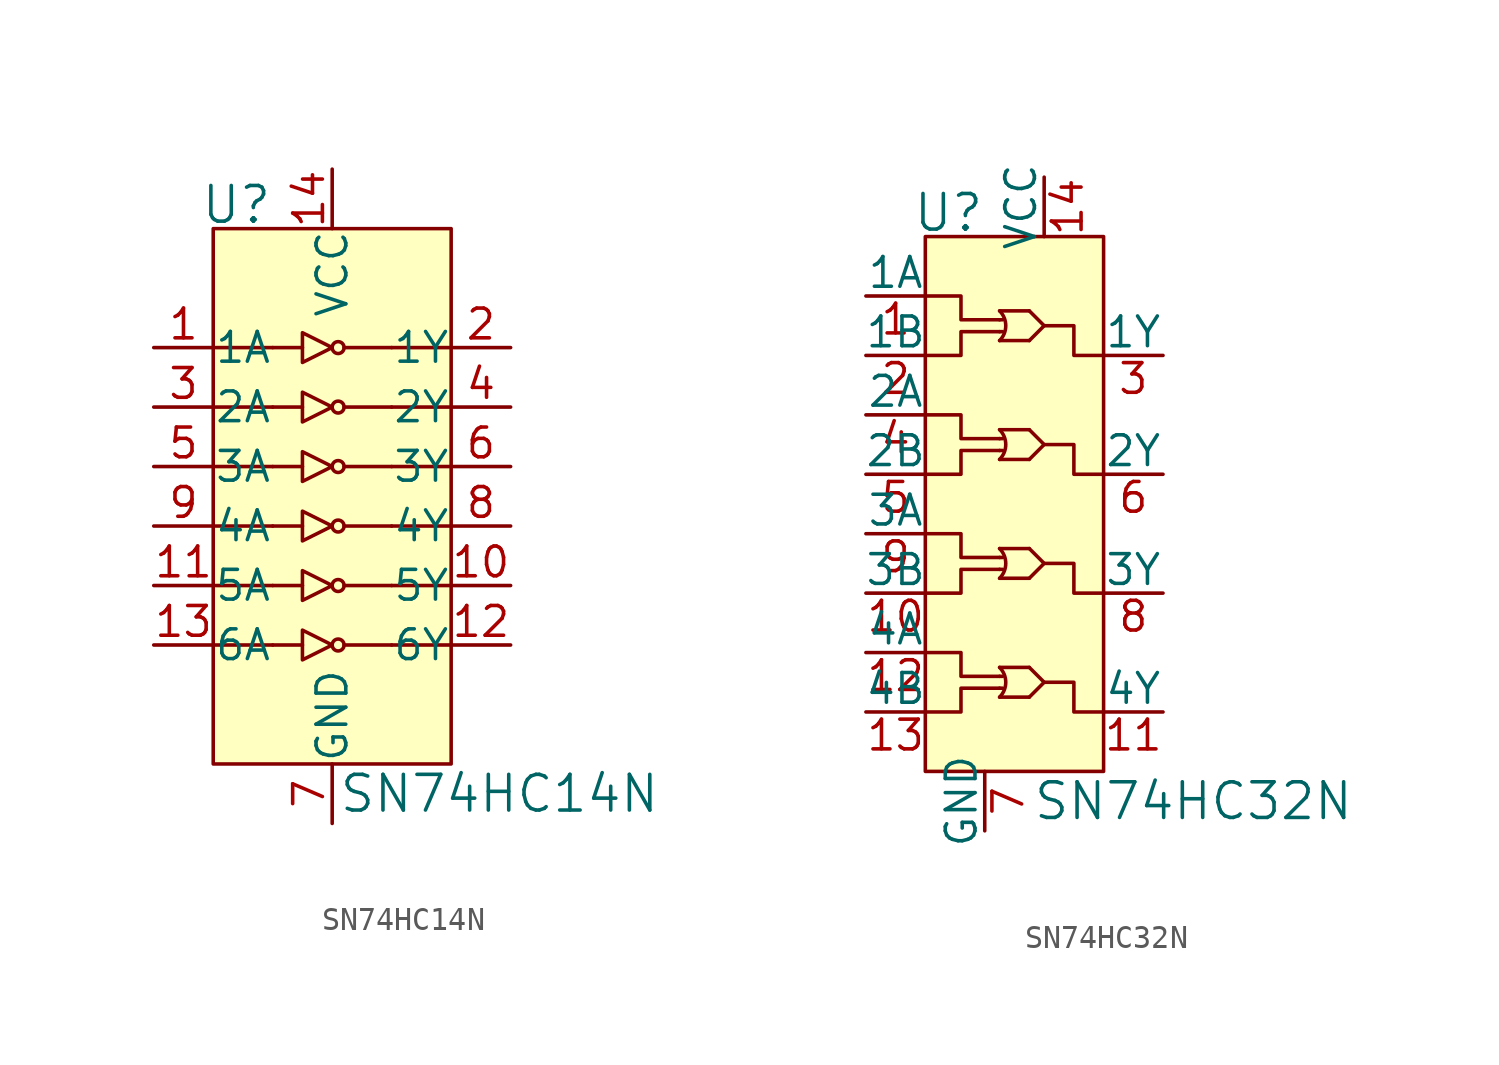
<source format=kicad_sym>
(kicad_symbol_lib
  (version 20201005)
  (generator kicad_symbol_editor)
  (symbol "SN74HC14N"
    (pin_names
      (offset 0.025))
    (property "Reference" "U"
      (at -2.54 13.716 0)
      (effects (font (size 1.524 1.524)) (justify right)))
    (property "Value" "SN74HC14N"
      (at 0.254 -11.43 0)
      (effects (font (size 1.524 1.524)) (justify left)))
    (symbol "SN74HC14N_0_1"
      (circle (center 0.254 -5.08) (radius 0.254) (stroke (width 0)) (fill (type none)))
      (circle (center 0.254 -2.54) (radius 0.254) (stroke (width 0)) (fill (type none)))
      (circle (center 0.254 0) (radius 0.254) (stroke (width 0)) (fill (type none)))
      (circle (center 0.254 2.54) (radius 0.254) (stroke (width 0)) (fill (type none)))
      (circle (center 0.254 5.08) (radius 0.254) (stroke (width 0)) (fill (type none)))
      (circle (center 0.254 7.62) (radius 0.254) (stroke (width 0)) (fill (type none)))
      (rectangle (start -5.08 12.7) (end 5.08 -10.16) (stroke (width 0)) (fill (type background)))
      (polyline (pts (xy -2.54 -5.08) (xy -5.08 -5.08)) (stroke (width 0)) (fill (type none)))
      (polyline (pts (xy -2.54 -2.54) (xy -5.08 -2.54)) (stroke (width 0)) (fill (type none)))
      (polyline (pts (xy -2.54 -2.54) (xy -1.27 -2.54)) (stroke (width 0)) (fill (type none)))
      (polyline (pts (xy -2.54 0) (xy -5.08 0)) (stroke (width 0)) (fill (type none)))
      (polyline (pts (xy -2.54 2.54) (xy -5.08 2.54)) (stroke (width 0)) (fill (type none)))
      (polyline (pts (xy -2.54 2.54) (xy -1.27 2.54)) (stroke (width 0)) (fill (type none)))
      (polyline (pts (xy -2.54 5.08) (xy -5.08 5.08)) (stroke (width 0)) (fill (type none)))
      (polyline (pts (xy -2.54 7.62) (xy -5.08 7.62)) (stroke (width 0)) (fill (type none)))
      (polyline (pts (xy -1.27 -5.08) (xy -2.54 -5.08)) (stroke (width 0)) (fill (type none)))
      (polyline (pts (xy -1.27 0) (xy -2.54 0)) (stroke (width 0)) (fill (type none)))
      (polyline (pts (xy -1.27 5.08) (xy -2.54 5.08)) (stroke (width 0)) (fill (type none)))
      (polyline (pts (xy -1.27 7.62) (xy -2.54 7.62)) (stroke (width 0)) (fill (type none)))
      (polyline (pts (xy 0.508 -5.08) (xy 2.54 -5.08)) (stroke (width 0)) (fill (type none)))
      (polyline (pts (xy 0.508 0) (xy 2.54 0)) (stroke (width 0)) (fill (type none)))
      (polyline (pts (xy 0.508 2.54) (xy 2.54 2.54)) (stroke (width 0)) (fill (type none)))
      (polyline (pts (xy 0.508 5.08) (xy 2.54 5.08)) (stroke (width 0)) (fill (type none)))
      (polyline (pts (xy 2.54 -2.54) (xy 0.508 -2.54)) (stroke (width 0)) (fill (type none)))
      (polyline (pts (xy 2.54 7.62) (xy 0.508 7.62)) (stroke (width 0)) (fill (type none)))
      (polyline (pts (xy 5.08 -5.08) (xy 2.54 -5.08)) (stroke (width 0)) (fill (type none)))
      (polyline (pts (xy 5.08 -2.54) (xy 2.54 -2.54)) (stroke (width 0)) (fill (type none)))
      (polyline (pts (xy 5.08 0) (xy 2.54 0)) (stroke (width 0)) (fill (type none)))
      (polyline (pts (xy 5.08 2.54) (xy 2.54 2.54)) (stroke (width 0)) (fill (type none)))
      (polyline (pts (xy 5.08 5.08) (xy 2.54 5.08)) (stroke (width 0)) (fill (type none)))
      (polyline (pts (xy 5.08 7.62) (xy 2.54 7.62)) (stroke (width 0)) (fill (type none)))
      (polyline (pts (xy -1.27 -4.445) (xy -1.27 -5.715) (xy 0 -5.08) (xy -1.27 -4.445)) (stroke (width 0)) (fill (type none)))
      (polyline (pts (xy -1.27 -1.905) (xy -1.27 -3.175) (xy 0 -2.54) (xy -1.27 -1.905)) (stroke (width 0)) (fill (type none)))
      (polyline (pts (xy -1.27 0.635) (xy -1.27 -0.635) (xy 0 0) (xy -1.27 0.635)) (stroke (width 0)) (fill (type none)))
      (polyline (pts (xy -1.27 3.175) (xy -1.27 1.905) (xy 0 2.54) (xy -1.27 3.175)) (stroke (width 0)) (fill (type none)))
      (polyline (pts (xy -1.27 5.715) (xy -1.27 4.445) (xy 0 5.08) (xy -1.27 5.715)) (stroke (width 0)) (fill (type none)))
      (polyline (pts (xy -1.27 8.255) (xy -1.27 6.985) (xy 0 7.62) (xy -1.27 8.255)) (stroke (width 0)) (fill (type none))))
    (symbol "SN74HC14N_1_1"
      (pin input line (at -7.62 7.62 0) (length 2.54) (name "1A" (effects (font (size 1.27 1.27)))) (number "1" (effects (font (size 1.27 1.27)))))
      (pin output line (at 7.62 7.62 180) (length 2.54) (name "1Y" (effects (font (size 1.27 1.27)))) (number "2" (effects (font (size 1.27 1.27)))))
      (pin input line (at -7.62 5.08 0) (length 2.54) (name "2A" (effects (font (size 1.27 1.27)))) (number "3" (effects (font (size 1.27 1.27)))))
      (pin output line (at 7.62 5.08 180) (length 2.54) (name "2Y" (effects (font (size 1.27 1.27)))) (number "4" (effects (font (size 1.27 1.27)))))
      (pin input line (at -7.62 2.54 0) (length 2.54) (name "3A" (effects (font (size 1.27 1.27)))) (number "5" (effects (font (size 1.27 1.27)))))
      (pin output line (at 7.62 2.54 180) (length 2.54) (name "3Y" (effects (font (size 1.27 1.27)))) (number "6" (effects (font (size 1.27 1.27)))))
      (pin power_in line (at 0 -12.7 90) (length 2.54) (name "GND" (effects (font (size 1.27 1.27)))) (number "7" (effects (font (size 1.27 1.27)))))
      (pin output line (at 7.62 0 180) (length 2.54) (name "4Y" (effects (font (size 1.27 1.27)))) (number "8" (effects (font (size 1.27 1.27)))))
      (pin input line (at -7.62 0 0) (length 2.54) (name "4A" (effects (font (size 1.27 1.27)))) (number "9" (effects (font (size 1.27 1.27)))))
      (pin output line (at 7.62 -2.54 180) (length 2.54) (name "5Y" (effects (font (size 1.27 1.27)))) (number "10" (effects (font (size 1.27 1.27)))))
      (pin input line (at -7.62 -2.54 0) (length 2.54) (name "5A" (effects (font (size 1.27 1.27)))) (number "11" (effects (font (size 1.27 1.27)))))
      (pin output line (at 7.62 -5.08 180) (length 2.54) (name "6Y" (effects (font (size 1.27 1.27)))) (number "12" (effects (font (size 1.27 1.27)))))
      (pin input line (at -7.62 -5.08 0) (length 2.54) (name "6A" (effects (font (size 1.27 1.27)))) (number "13" (effects (font (size 1.27 1.27)))))
      (pin power_in line (at 0 15.24 270) (length 2.54) (name "VCC" (effects (font (size 1.27 1.27)))) (number "14" (effects (font (size 1.27 1.27)))))))
  (symbol "SN74HC32N"
    (pin_names
      (offset 0))
    (property "Reference" "U"
      (at -2.54 6.096 0)
      (effects (font (size 1.524 1.524)) (justify right)))
    (property "Value" "SN74HC32N"
      (at -0.508 -19.05 0)
      (effects (font (size 1.524 1.524)) (justify left)))
    (symbol "SN74HC32N_0_1"
      (arc (start -1.905 -13.335) (end -1.905 -14.605) (radius (at -2.54 -13.97) (length 0.889) (angles 45 -45)) (stroke (width 0)) (fill (type none)))
      (arc (start -1.905 -8.255) (end -1.905 -9.525) (radius (at -2.54 -8.89) (length 0.889) (angles 45 -45)) (stroke (width 0)) (fill (type none)))
      (arc (start -1.905 -3.175) (end -1.905 -4.445) (radius (at -2.54 -3.81) (length 0.889) (angles 45 -45)) (stroke (width 0)) (fill (type none)))
      (arc (start -1.905 1.905) (end -1.905 0.635) (radius (at -2.54 1.27) (length 0.889) (angles 45 -45)) (stroke (width 0)) (fill (type none)))
      (rectangle (start -5.08 5.08) (end 2.54 -17.78) (stroke (width 0)) (fill (type background)))
      (polyline (pts (xy -1.905 -14.224) (xy -1.778 -14.224)) (stroke (width 0)) (fill (type none)))
      (polyline (pts (xy -1.905 -13.716) (xy -1.778 -13.716)) (stroke (width 0)) (fill (type none)))
      (polyline (pts (xy -1.905 -9.144) (xy -1.778 -9.144)) (stroke (width 0)) (fill (type none)))
      (polyline (pts (xy -1.905 -8.636) (xy -1.778 -8.636)) (stroke (width 0)) (fill (type none)))
      (polyline (pts (xy -1.905 -4.064) (xy -1.778 -4.064)) (stroke (width 0)) (fill (type none)))
      (polyline (pts (xy -1.905 -3.556) (xy -1.778 -3.556)) (stroke (width 0)) (fill (type none)))
      (polyline (pts (xy -1.905 1.016) (xy -1.778 1.016)) (stroke (width 0)) (fill (type none)))
      (polyline (pts (xy -1.905 1.524) (xy -1.778 1.524)) (stroke (width 0)) (fill (type none)))
      (polyline (pts (xy -0.635 -14.605) (xy -1.905 -14.605)) (stroke (width 0)) (fill (type none)))
      (polyline (pts (xy -0.635 -13.335) (xy -1.905 -13.335)) (stroke (width 0)) (fill (type none)))
      (polyline (pts (xy -0.635 -9.525) (xy -1.905 -9.525)) (stroke (width 0)) (fill (type none)))
      (polyline (pts (xy -0.635 -8.255) (xy -1.905 -8.255)) (stroke (width 0)) (fill (type none)))
      (polyline (pts (xy -0.635 -4.445) (xy -1.905 -4.445)) (stroke (width 0)) (fill (type none)))
      (polyline (pts (xy -0.635 -3.175) (xy -1.905 -3.175)) (stroke (width 0)) (fill (type none)))
      (polyline (pts (xy -0.635 0.635) (xy -1.905 0.635)) (stroke (width 0)) (fill (type none)))
      (polyline (pts (xy -0.635 1.905) (xy -1.905 1.905)) (stroke (width 0)) (fill (type none)))
      (polyline (pts (xy -0.635 -13.335) (xy 0 -13.97) (xy -0.635 -14.605)) (stroke (width 0)) (fill (type none)))
      (polyline (pts (xy -0.635 -8.255) (xy 0 -8.89) (xy -0.635 -9.525)) (stroke (width 0)) (fill (type none)))
      (polyline (pts (xy -0.635 -3.175) (xy 0 -3.81) (xy -0.635 -4.445)) (stroke (width 0)) (fill (type none)))
      (polyline (pts (xy -0.635 1.905) (xy 0 1.27) (xy -0.635 0.635)) (stroke (width 0)) (fill (type none)))
      (polyline (pts (xy -5.08 -15.24) (xy -3.556 -15.24) (xy -3.556 -14.224) (xy -1.905 -14.224)) (stroke (width 0)) (fill (type none)))
      (polyline (pts (xy -5.08 -10.16) (xy -3.556 -10.16) (xy -3.556 -9.144) (xy -1.905 -9.144)) (stroke (width 0)) (fill (type none)))
      (polyline (pts (xy -5.08 -5.08) (xy -3.556 -5.08) (xy -3.556 -4.064) (xy -1.905 -4.064)) (stroke (width 0)) (fill (type none)))
      (polyline (pts (xy -5.08 0) (xy -3.556 0) (xy -3.556 1.016) (xy -1.905 1.016)) (stroke (width 0)) (fill (type none)))
      (polyline (pts (xy -1.905 -13.716) (xy -3.556 -13.716) (xy -3.556 -12.7) (xy -5.08 -12.7)) (stroke (width 0)) (fill (type none)))
      (polyline (pts (xy -1.905 -8.636) (xy -3.556 -8.636) (xy -3.556 -7.62) (xy -5.08 -7.62)) (stroke (width 0)) (fill (type none)))
      (polyline (pts (xy -1.905 -3.556) (xy -3.556 -3.556) (xy -3.556 -2.54) (xy -5.08 -2.54)) (stroke (width 0)) (fill (type none)))
      (polyline (pts (xy -1.905 1.524) (xy -3.556 1.524) (xy -3.556 2.54) (xy -5.08 2.54)) (stroke (width 0)) (fill (type none)))
      (polyline (pts (xy 2.54 -15.24) (xy 1.27 -15.24) (xy 1.27 -13.97) (xy 0 -13.97)) (stroke (width 0)) (fill (type none)))
      (polyline (pts (xy 2.54 -10.16) (xy 1.27 -10.16) (xy 1.27 -8.89) (xy 0 -8.89)) (stroke (width 0)) (fill (type none)))
      (polyline (pts (xy 2.54 -5.08) (xy 1.27 -5.08) (xy 1.27 -3.81) (xy 0 -3.81)) (stroke (width 0)) (fill (type none)))
      (polyline (pts (xy 2.54 0) (xy 1.27 0) (xy 1.27 1.27) (xy 0 1.27)) (stroke (width 0)) (fill (type none))))
    (symbol "SN74HC32N_1_1"
      (pin input line (at -7.62 2.54 0) (length 2.54) (name "1A" (effects (font (size 1.27 1.27)))) (number "1" (effects (font (size 1.27 1.27)))))
      (pin input line (at -7.62 0 0) (length 2.54) (name "1B" (effects (font (size 1.27 1.27)))) (number "2" (effects (font (size 1.27 1.27)))))
      (pin output line (at 5.08 0 180) (length 2.54) (name "1Y" (effects (font (size 1.27 1.27)))) (number "3" (effects (font (size 1.27 1.27)))))
      (pin input line (at -7.62 -2.54 0) (length 2.54) (name "2A" (effects (font (size 1.27 1.27)))) (number "4" (effects (font (size 1.27 1.27)))))
      (pin input line (at -7.62 -5.08 0) (length 2.54) (name "2B" (effects (font (size 1.27 1.27)))) (number "5" (effects (font (size 1.27 1.27)))))
      (pin output line (at 5.08 -5.08 180) (length 2.54) (name "2Y" (effects (font (size 1.27 1.27)))) (number "6" (effects (font (size 1.27 1.27)))))
      (pin power_in line (at -2.54 -20.32 90) (length 2.54) (name "GND" (effects (font (size 1.27 1.27)))) (number "7" (effects (font (size 1.27 1.27)))))
      (pin output line (at 5.08 -10.16 180) (length 2.54) (name "3Y" (effects (font (size 1.27 1.27)))) (number "8" (effects (font (size 1.27 1.27)))))
      (pin input line (at -7.62 -7.62 0) (length 2.54) (name "3A" (effects (font (size 1.27 1.27)))) (number "9" (effects (font (size 1.27 1.27)))))
      (pin input line (at -7.62 -10.16 0) (length 2.54) (name "3B" (effects (font (size 1.27 1.27)))) (number "10" (effects (font (size 1.27 1.27)))))
      (pin output line (at 5.08 -15.24 180) (length 2.54) (name "4Y" (effects (font (size 1.27 1.27)))) (number "11" (effects (font (size 1.27 1.27)))))
      (pin input line (at -7.62 -12.7 0) (length 2.54) (name "4A" (effects (font (size 1.27 1.27)))) (number "12" (effects (font (size 1.27 1.27)))))
      (pin input line (at -7.62 -15.24 0) (length 2.54) (name "4B" (effects (font (size 1.27 1.27)))) (number "13" (effects (font (size 1.27 1.27)))))
      (pin power_in line (at 0 7.62 270) (length 2.54) (name "VCC" (effects (font (size 1.27 1.27)))) (number "14" (effects (font (size 1.27 1.27))))))))
</source>
